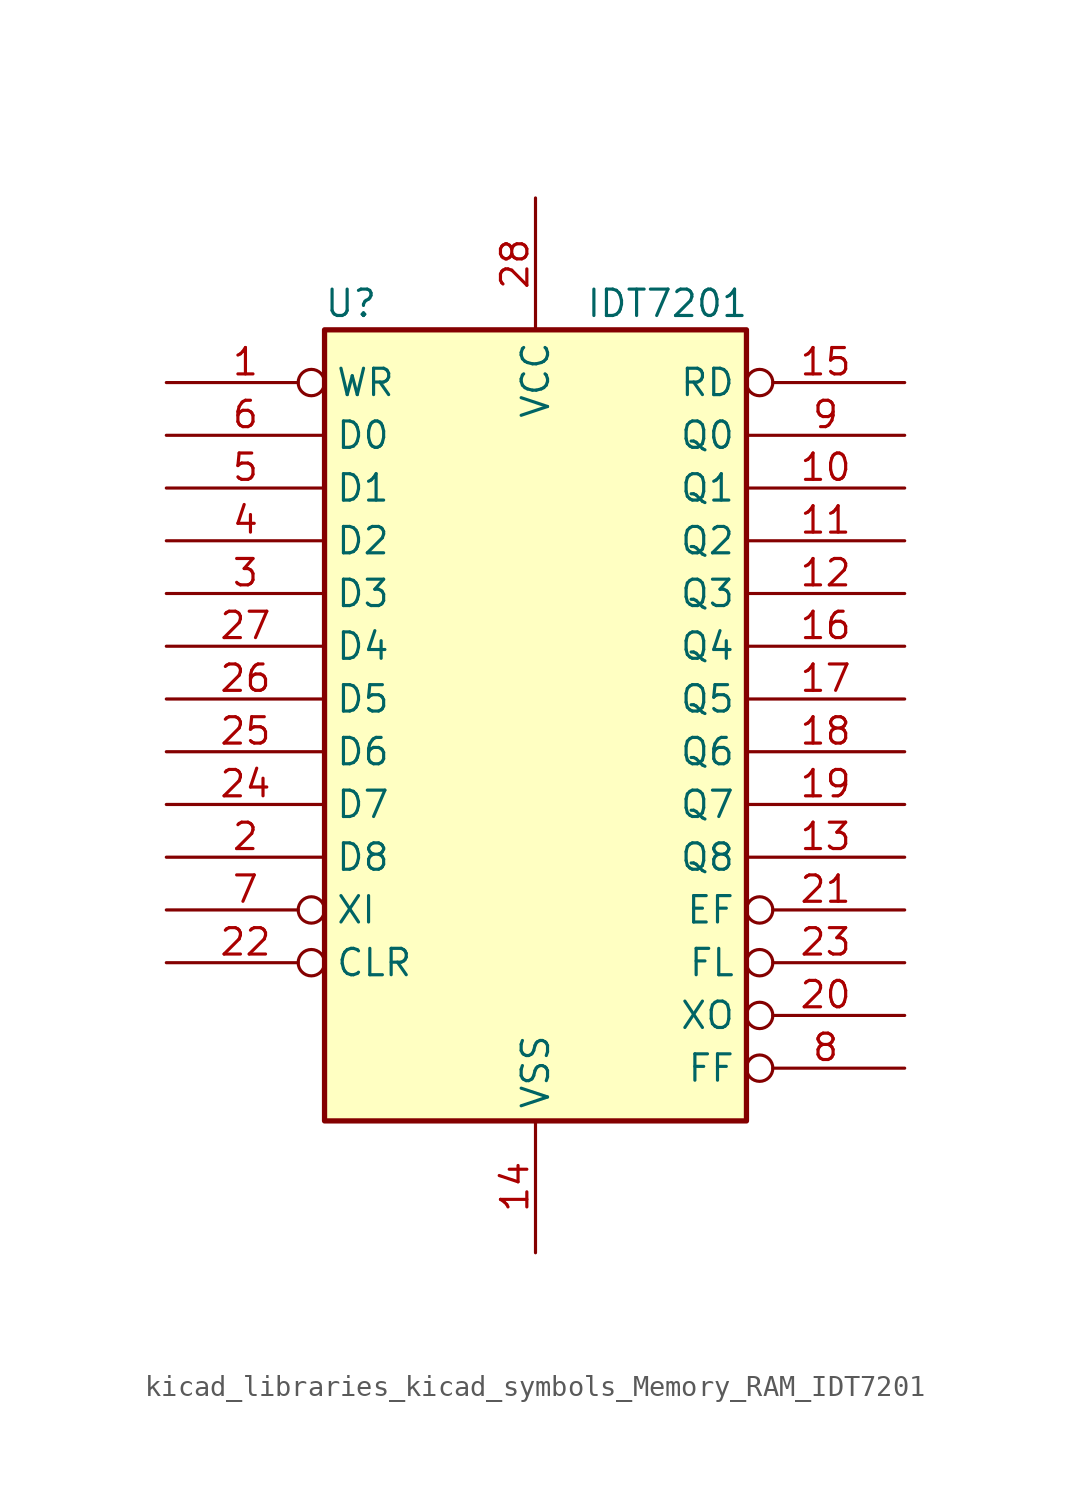
<source format=kicad_sym>
(kicad_symbol_lib
  (version 20220914)
  (generator kicad_symbol_editor)
  (symbol "kicad_libraries_kicad_symbols_Memory_RAM_IDT7201"
    (property "Reference" "U"
      (at -8.89 20.32 0)
      (effects (font (size 1.27 1.27))))
    (property "Value" "IDT7201"
      (at 6.35 20.32 0)
      (effects (font (size 1.27 1.27))))
    (symbol "kicad_libraries_kicad_symbols_Memory_RAM_IDT7201_0_1"
      (rectangle (start -10.16 -19.05) (end 10.16 19.05) (stroke (width 0.254) (type default)) (fill (type background))))
    (symbol "kicad_libraries_kicad_symbols_Memory_RAM_IDT7201_1_1"
      (pin input inverted (at -17.78 16.51 0) (length 7.62) (name "WR" (effects (font (size 1.27 1.27)))) (number "1" (effects (font (size 1.27 1.27)))))
      (pin tri_state line (at 17.78 11.43 180) (length 7.62) (name "Q1" (effects (font (size 1.27 1.27)))) (number "10" (effects (font (size 1.27 1.27)))))
      (pin tri_state line (at 17.78 8.89 180) (length 7.62) (name "Q2" (effects (font (size 1.27 1.27)))) (number "11" (effects (font (size 1.27 1.27)))))
      (pin tri_state line (at 17.78 6.35 180) (length 7.62) (name "Q3" (effects (font (size 1.27 1.27)))) (number "12" (effects (font (size 1.27 1.27)))))
      (pin tri_state line (at 17.78 -6.35 180) (length 7.62) (name "Q8" (effects (font (size 1.27 1.27)))) (number "13" (effects (font (size 1.27 1.27)))))
      (pin power_in line (at 0 -25.4 90) (length 6.35) (name "VSS" (effects (font (size 1.27 1.27)))) (number "14" (effects (font (size 1.27 1.27)))))
      (pin input inverted (at 17.78 16.51 180) (length 7.62) (name "RD" (effects (font (size 1.27 1.27)))) (number "15" (effects (font (size 1.27 1.27)))))
      (pin tri_state line (at 17.78 3.81 180) (length 7.62) (name "Q4" (effects (font (size 1.27 1.27)))) (number "16" (effects (font (size 1.27 1.27)))))
      (pin tri_state line (at 17.78 1.27 180) (length 7.62) (name "Q5" (effects (font (size 1.27 1.27)))) (number "17" (effects (font (size 1.27 1.27)))))
      (pin tri_state line (at 17.78 -1.27 180) (length 7.62) (name "Q6" (effects (font (size 1.27 1.27)))) (number "18" (effects (font (size 1.27 1.27)))))
      (pin tri_state line (at 17.78 -3.81 180) (length 7.62) (name "Q7" (effects (font (size 1.27 1.27)))) (number "19" (effects (font (size 1.27 1.27)))))
      (pin input line (at -17.78 -6.35 0) (length 7.62) (name "D8" (effects (font (size 1.27 1.27)))) (number "2" (effects (font (size 1.27 1.27)))))
      (pin input inverted (at 17.78 -13.97 180) (length 7.62) (name "XO" (effects (font (size 1.27 1.27)))) (number "20" (effects (font (size 1.27 1.27)))))
      (pin output inverted (at 17.78 -8.89 180) (length 7.62) (name "EF" (effects (font (size 1.27 1.27)))) (number "21" (effects (font (size 1.27 1.27)))))
      (pin input inverted (at -17.78 -11.43 0) (length 7.62) (name "CLR" (effects (font (size 1.27 1.27)))) (number "22" (effects (font (size 1.27 1.27)))))
      (pin input inverted (at 17.78 -11.43 180) (length 7.62) (name "FL" (effects (font (size 1.27 1.27)))) (number "23" (effects (font (size 1.27 1.27)))))
      (pin input line (at -17.78 -3.81 0) (length 7.62) (name "D7" (effects (font (size 1.27 1.27)))) (number "24" (effects (font (size 1.27 1.27)))))
      (pin input line (at -17.78 -1.27 0) (length 7.62) (name "D6" (effects (font (size 1.27 1.27)))) (number "25" (effects (font (size 1.27 1.27)))))
      (pin input line (at -17.78 1.27 0) (length 7.62) (name "D5" (effects (font (size 1.27 1.27)))) (number "26" (effects (font (size 1.27 1.27)))))
      (pin input line (at -17.78 3.81 0) (length 7.62) (name "D4" (effects (font (size 1.27 1.27)))) (number "27" (effects (font (size 1.27 1.27)))))
      (pin power_in line (at 0 25.4 270) (length 6.35) (name "VCC" (effects (font (size 1.27 1.27)))) (number "28" (effects (font (size 1.27 1.27)))))
      (pin input line (at -17.78 6.35 0) (length 7.62) (name "D3" (effects (font (size 1.27 1.27)))) (number "3" (effects (font (size 1.27 1.27)))))
      (pin input line (at -17.78 8.89 0) (length 7.62) (name "D2" (effects (font (size 1.27 1.27)))) (number "4" (effects (font (size 1.27 1.27)))))
      (pin input line (at -17.78 11.43 0) (length 7.62) (name "D1" (effects (font (size 1.27 1.27)))) (number "5" (effects (font (size 1.27 1.27)))))
      (pin input line (at -17.78 13.97 0) (length 7.62) (name "D0" (effects (font (size 1.27 1.27)))) (number "6" (effects (font (size 1.27 1.27)))))
      (pin input inverted (at -17.78 -8.89 0) (length 7.62) (name "XI" (effects (font (size 1.27 1.27)))) (number "7" (effects (font (size 1.27 1.27)))))
      (pin output inverted (at 17.78 -16.51 180) (length 7.62) (name "FF" (effects (font (size 1.27 1.27)))) (number "8" (effects (font (size 1.27 1.27)))))
      (pin tri_state line (at 17.78 13.97 180) (length 7.62) (name "Q0" (effects (font (size 1.27 1.27)))) (number "9" (effects (font (size 1.27 1.27))))))))
</source>
